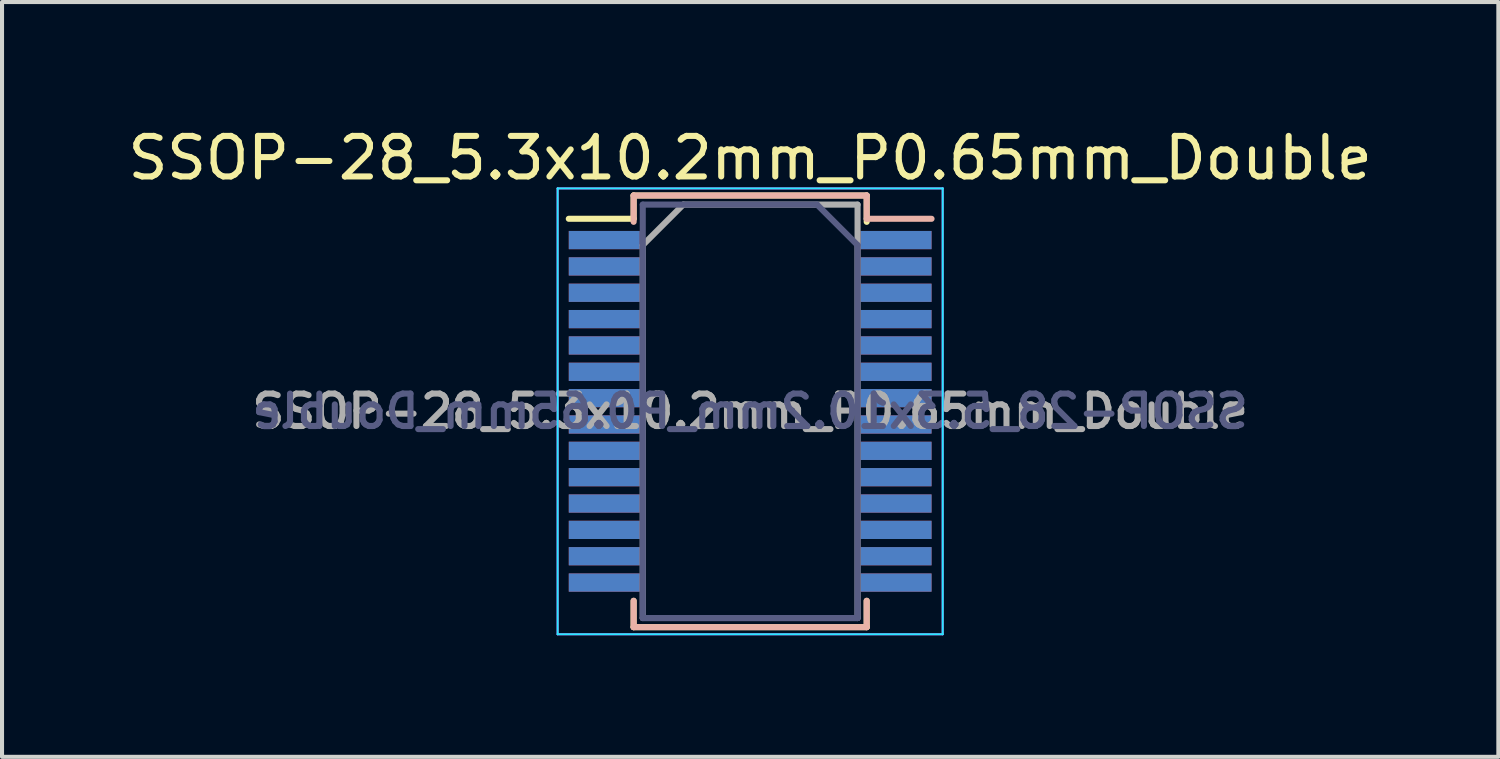
<source format=kicad_pcb>
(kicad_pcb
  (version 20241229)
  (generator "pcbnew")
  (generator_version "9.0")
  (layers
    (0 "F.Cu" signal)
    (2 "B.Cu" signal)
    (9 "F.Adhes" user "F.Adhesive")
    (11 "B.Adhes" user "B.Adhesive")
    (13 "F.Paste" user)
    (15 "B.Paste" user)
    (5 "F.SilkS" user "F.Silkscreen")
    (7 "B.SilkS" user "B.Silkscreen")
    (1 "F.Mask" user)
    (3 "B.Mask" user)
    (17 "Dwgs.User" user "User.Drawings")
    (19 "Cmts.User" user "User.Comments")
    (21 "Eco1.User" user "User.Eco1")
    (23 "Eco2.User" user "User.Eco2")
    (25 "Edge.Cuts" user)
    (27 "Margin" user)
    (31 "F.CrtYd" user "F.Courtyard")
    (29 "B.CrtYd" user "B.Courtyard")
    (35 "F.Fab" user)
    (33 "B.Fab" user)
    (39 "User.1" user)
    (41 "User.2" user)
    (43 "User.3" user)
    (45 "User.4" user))
  (footprint "SSOP-28_5.3x10.2mm_P0.65mm_Double"
    (layer "F.Cu")
    (at 15.458 7.098)
    (property "Reference" "SSOP-28_5.3x10.2mm_P0.65mm_Double" (at 0 -6.25 0) (layer "F.SilkS") (effects (font (size 1 1) (thickness 0.15))))
    (attr smd)
    (fp_line (start -2.875 -5.325) (end -2.875 -4.75) (stroke (width 0.15) (type solid)) (layer "F.SilkS"))
    (fp_line (start -2.875 -5.325) (end 2.875 -5.325) (stroke (width 0.15) (type solid)) (layer "F.SilkS"))
    (fp_line (start -2.875 -4.75) (end -4.475 -4.75) (stroke (width 0.15) (type solid)) (layer "F.SilkS"))
    (fp_line (start -2.875 5.325) (end -2.875 4.675) (stroke (width 0.15) (type solid)) (layer "F.SilkS"))
    (fp_line (start -2.875 5.325) (end 2.875 5.325) (stroke (width 0.15) (type solid)) (layer "F.SilkS"))
    (fp_line (start 2.875 -5.325) (end 2.875 -4.675) (stroke (width 0.15) (type solid)) (layer "F.SilkS"))
    (fp_line (start 2.875 5.325) (end 2.875 4.675) (stroke (width 0.15) (type solid)) (layer "F.SilkS"))
    (fp_line (start -2.875 -5.325) (end -2.875 -4.675) (stroke (width 0.15) (type solid)) (layer "B.SilkS"))
    (fp_line (start -2.875 5.325) (end -2.875 4.675) (stroke (width 0.15) (type solid)) (layer "B.SilkS"))
    (fp_line (start 2.875 -5.325) (end -2.875 -5.325) (stroke (width 0.15) (type solid)) (layer "B.SilkS"))
    (fp_line (start 2.875 -5.325) (end 2.875 -4.75) (stroke (width 0.15) (type solid)) (layer "B.SilkS"))
    (fp_line (start 2.875 -4.75) (end 4.475 -4.75) (stroke (width 0.15) (type solid)) (layer "B.SilkS"))
    (fp_line (start 2.875 5.325) (end -2.875 5.325) (stroke (width 0.15) (type solid)) (layer "B.SilkS"))
    (fp_line (start 2.875 5.325) (end 2.875 4.675) (stroke (width 0.15) (type solid)) (layer "B.SilkS"))
    (fp_line (start -4.75 -5.5) (end -4.75 5.5) (stroke (width 0.05) (type solid)) (layer "B.CrtYd"))
    (fp_line (start 4.75 -5.5) (end -4.75 -5.5) (stroke (width 0.05) (type solid)) (layer "B.CrtYd"))
    (fp_line (start 4.75 -5.5) (end 4.75 5.5) (stroke (width 0.05) (type solid)) (layer "B.CrtYd"))
    (fp_line (start 4.75 5.5) (end -4.75 5.5) (stroke (width 0.05) (type solid)) (layer "B.CrtYd"))
    (fp_line (start -4.75 -5.5) (end -4.75 5.5) (stroke (width 0.05) (type solid)) (layer "F.CrtYd"))
    (fp_line (start -4.75 -5.5) (end 4.75 -5.5) (stroke (width 0.05) (type solid)) (layer "F.CrtYd"))
    (fp_line (start -4.75 5.5) (end 4.75 5.5) (stroke (width 0.05) (type solid)) (layer "F.CrtYd"))
    (fp_line (start 4.75 -5.5) (end 4.75 5.5) (stroke (width 0.05) (type solid)) (layer "F.CrtYd"))
    (fp_line (start -2.65 -5.1) (end -2.65 5.1) (stroke (width 0.15) (type solid)) (layer "B.Fab"))
    (fp_line (start -2.65 5.1) (end 2.65 5.1) (stroke (width 0.15) (type solid)) (layer "B.Fab"))
    (fp_line (start 1.65 -5.1) (end -2.65 -5.1) (stroke (width 0.15) (type solid)) (layer "B.Fab"))
    (fp_line (start 2.65 -4.1) (end 1.65 -5.1) (stroke (width 0.15) (type solid)) (layer "B.Fab"))
    (fp_line (start 2.65 5.1) (end 2.65 -4.1) (stroke (width 0.15) (type solid)) (layer "B.Fab"))
    (fp_line (start -2.65 -4.1) (end -1.65 -5.1) (stroke (width 0.15) (type solid)) (layer "F.Fab"))
    (fp_line (start -2.65 5.1) (end -2.65 -4.1) (stroke (width 0.15) (type solid)) (layer "F.Fab"))
    (fp_line (start -1.65 -5.1) (end 2.65 -5.1) (stroke (width 0.15) (type solid)) (layer "F.Fab"))
    (fp_line (start 2.65 -5.1) (end 2.65 5.1) (stroke (width 0.15) (type solid)) (layer "F.Fab"))
    (fp_line (start 2.65 5.1) (end -2.65 5.1) (stroke (width 0.15) (type solid)) (layer "F.Fab"))
    (fp_text user "${REFERENCE}" (at 0 0 0) (layer "B.Fab") (effects (font (size 0.8 0.8) (thickness 0.15)) (justify mirror)))
    (fp_text user "${REFERENCE}" (at 0 0 0) (layer "F.Fab") (effects (font (size 0.8 0.8) (thickness 0.15))))
    (pad "1" smd rect (at -3.6 -4.225) (size 1.75 0.45) (layers "F.Cu" "F.Mask" "F.Paste"))
    (pad "1" smd rect (at 3.6 -4.225) (size 1.75 0.45) (layers "B.Cu" "B.Mask" "B.Paste"))
    (pad "2" smd rect (at -3.6 -3.575) (size 1.75 0.45) (layers "F.Cu" "F.Mask" "F.Paste"))
    (pad "2" smd rect (at 3.6 -3.575) (size 1.75 0.45) (layers "B.Cu" "B.Mask" "B.Paste"))
    (pad "3" smd rect (at -3.6 -2.925) (size 1.75 0.45) (layers "F.Cu" "F.Mask" "F.Paste"))
    (pad "3" smd rect (at 3.6 -2.925) (size 1.75 0.45) (layers "B.Cu" "B.Mask" "B.Paste"))
    (pad "4" smd rect (at -3.6 -2.275) (size 1.75 0.45) (layers "F.Cu" "F.Mask" "F.Paste"))
    (pad "4" smd rect (at 3.6 -2.275) (size 1.75 0.45) (layers "B.Cu" "B.Mask" "B.Paste"))
    (pad "5" smd rect (at -3.6 -1.625) (size 1.75 0.45) (layers "F.Cu" "F.Mask" "F.Paste"))
    (pad "5" smd rect (at 3.6 -1.625) (size 1.75 0.45) (layers "B.Cu" "B.Mask" "B.Paste"))
    (pad "6" smd rect (at -3.6 -0.975) (size 1.75 0.45) (layers "F.Cu" "F.Mask" "F.Paste"))
    (pad "6" smd rect (at 3.6 -0.975) (size 1.75 0.45) (layers "B.Cu" "B.Mask" "B.Paste"))
    (pad "7" smd rect (at -3.6 -0.325) (size 1.75 0.45) (layers "F.Cu" "F.Mask" "F.Paste"))
    (pad "7" smd rect (at 3.6 -0.325) (size 1.75 0.45) (layers "B.Cu" "B.Mask" "B.Paste"))
    (pad "8" smd rect (at -3.6 0.325) (size 1.75 0.45) (layers "F.Cu" "F.Mask" "F.Paste"))
    (pad "8" smd rect (at 3.6 0.325) (size 1.75 0.45) (layers "B.Cu" "B.Mask" "B.Paste"))
    (pad "9" smd rect (at -3.6 0.975) (size 1.75 0.45) (layers "F.Cu" "F.Mask" "F.Paste"))
    (pad "9" smd rect (at 3.6 0.975) (size 1.75 0.45) (layers "B.Cu" "B.Mask" "B.Paste"))
    (pad "10" smd rect (at -3.6 1.625) (size 1.75 0.45) (layers "F.Cu" "F.Mask" "F.Paste"))
    (pad "10" smd rect (at 3.6 1.625) (size 1.75 0.45) (layers "B.Cu" "B.Mask" "B.Paste"))
    (pad "11" smd rect (at -3.6 2.275) (size 1.75 0.45) (layers "F.Cu" "F.Mask" "F.Paste"))
    (pad "11" smd rect (at 3.6 2.275) (size 1.75 0.45) (layers "B.Cu" "B.Mask" "B.Paste"))
    (pad "12" smd rect (at -3.6 2.925) (size 1.75 0.45) (layers "F.Cu" "F.Mask" "F.Paste"))
    (pad "12" smd rect (at 3.6 2.925) (size 1.75 0.45) (layers "B.Cu" "B.Mask" "B.Paste"))
    (pad "13" smd rect (at -3.6 3.575) (size 1.75 0.45) (layers "F.Cu" "F.Mask" "F.Paste"))
    (pad "13" smd rect (at 3.6 3.575) (size 1.75 0.45) (layers "B.Cu" "B.Mask" "B.Paste"))
    (pad "14" smd rect (at -3.6 4.225) (size 1.75 0.45) (layers "F.Cu" "F.Mask" "F.Paste"))
    (pad "14" smd rect (at 3.6 4.225) (size 1.75 0.45) (layers "B.Cu" "B.Mask" "B.Paste"))
    (pad "15" smd rect (at -3.6 4.225) (size 1.75 0.45) (layers "B.Cu" "B.Mask" "B.Paste"))
    (pad "15" smd rect (at 3.6 4.225) (size 1.75 0.45) (layers "F.Cu" "F.Mask" "F.Paste"))
    (pad "16" smd rect (at -3.6 3.575) (size 1.75 0.45) (layers "B.Cu" "B.Mask" "B.Paste"))
    (pad "16" smd rect (at 3.6 3.575) (size 1.75 0.45) (layers "F.Cu" "F.Mask" "F.Paste"))
    (pad "17" smd rect (at -3.6 2.925) (size 1.75 0.45) (layers "B.Cu" "B.Mask" "B.Paste"))
    (pad "17" smd rect (at 3.6 2.925) (size 1.75 0.45) (layers "F.Cu" "F.Mask" "F.Paste"))
    (pad "18" smd rect (at -3.6 2.275) (size 1.75 0.45) (layers "B.Cu" "B.Mask" "B.Paste"))
    (pad "18" smd rect (at 3.6 2.275) (size 1.75 0.45) (layers "F.Cu" "F.Mask" "F.Paste"))
    (pad "19" smd rect (at -3.6 1.625) (size 1.75 0.45) (layers "B.Cu" "B.Mask" "B.Paste"))
    (pad "19" smd rect (at 3.6 1.625) (size 1.75 0.45) (layers "F.Cu" "F.Mask" "F.Paste"))
    (pad "20" smd rect (at -3.6 0.975) (size 1.75 0.45) (layers "B.Cu" "B.Mask" "B.Paste"))
    (pad "20" smd rect (at 3.6 0.975) (size 1.75 0.45) (layers "F.Cu" "F.Mask" "F.Paste"))
    (pad "21" smd rect (at -3.6 0.325) (size 1.75 0.45) (layers "B.Cu" "B.Mask" "B.Paste"))
    (pad "21" smd rect (at 3.6 0.325) (size 1.75 0.45) (layers "F.Cu" "F.Mask" "F.Paste"))
    (pad "22" smd rect (at -3.6 -0.325) (size 1.75 0.45) (layers "B.Cu" "B.Mask" "B.Paste"))
    (pad "22" smd rect (at 3.6 -0.325) (size 1.75 0.45) (layers "F.Cu" "F.Mask" "F.Paste"))
    (pad "23" smd rect (at -3.6 -0.975) (size 1.75 0.45) (layers "B.Cu" "B.Mask" "B.Paste"))
    (pad "23" smd rect (at 3.6 -0.975) (size 1.75 0.45) (layers "F.Cu" "F.Mask" "F.Paste"))
    (pad "24" smd rect (at -3.6 -1.625) (size 1.75 0.45) (layers "B.Cu" "B.Mask" "B.Paste"))
    (pad "24" smd rect (at 3.6 -1.625) (size 1.75 0.45) (layers "F.Cu" "F.Mask" "F.Paste"))
    (pad "25" smd rect (at -3.6 -2.275) (size 1.75 0.45) (layers "B.Cu" "B.Mask" "B.Paste"))
    (pad "25" smd rect (at 3.6 -2.275) (size 1.75 0.45) (layers "F.Cu" "F.Mask" "F.Paste"))
    (pad "26" smd rect (at -3.6 -2.925) (size 1.75 0.45) (layers "B.Cu" "B.Mask" "B.Paste"))
    (pad "26" smd rect (at 3.6 -2.925) (size 1.75 0.45) (layers "F.Cu" "F.Mask" "F.Paste"))
    (pad "27" smd rect (at -3.6 -3.575) (size 1.75 0.45) (layers "B.Cu" "B.Mask" "B.Paste"))
    (pad "27" smd rect (at 3.6 -3.575) (size 1.75 0.45) (layers "F.Cu" "F.Mask" "F.Paste"))
    (pad "28" smd rect (at -3.6 -4.225) (size 1.75 0.45) (layers "B.Cu" "B.Mask" "B.Paste"))
    (pad "28" smd rect (at 3.6 -4.225) (size 1.75 0.45) (layers "F.Cu" "F.Mask" "F.Paste")))
  (gr_rect
    (start -3 -3)
    (end 33.917 15.623)
    (stroke (width 0.1) (type default))
    (fill no)
    (layer "Edge.Cuts")))
</source>
